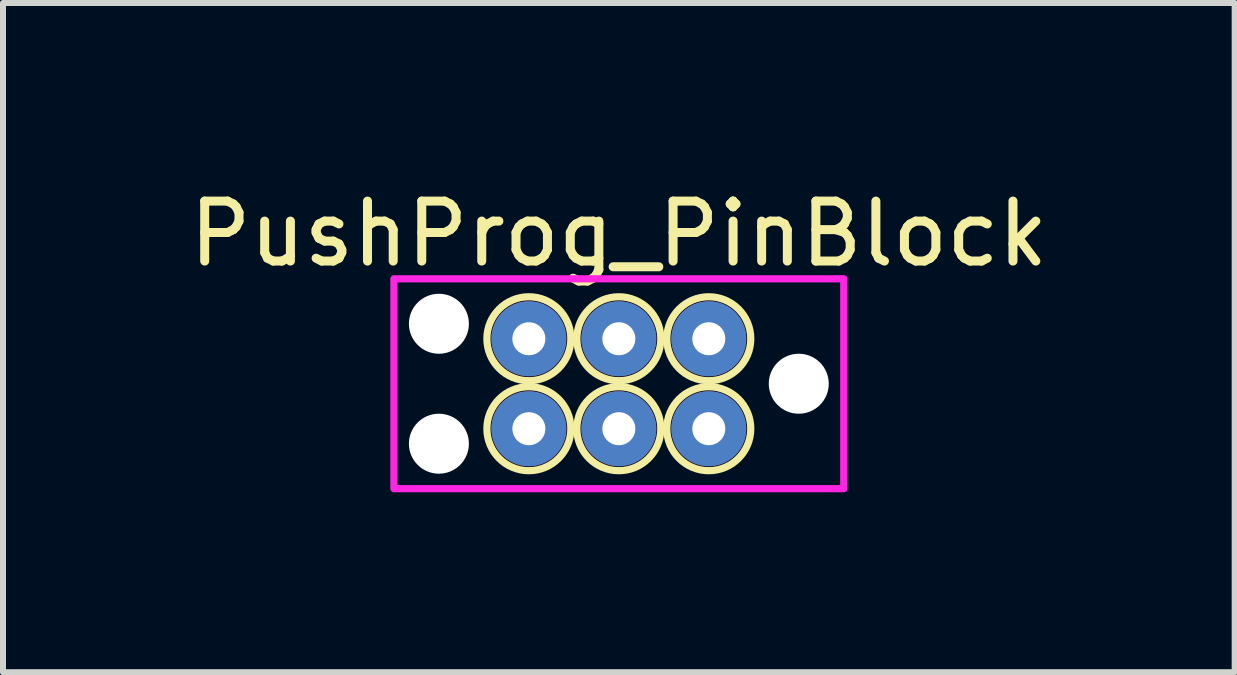
<source format=kicad_pcb>
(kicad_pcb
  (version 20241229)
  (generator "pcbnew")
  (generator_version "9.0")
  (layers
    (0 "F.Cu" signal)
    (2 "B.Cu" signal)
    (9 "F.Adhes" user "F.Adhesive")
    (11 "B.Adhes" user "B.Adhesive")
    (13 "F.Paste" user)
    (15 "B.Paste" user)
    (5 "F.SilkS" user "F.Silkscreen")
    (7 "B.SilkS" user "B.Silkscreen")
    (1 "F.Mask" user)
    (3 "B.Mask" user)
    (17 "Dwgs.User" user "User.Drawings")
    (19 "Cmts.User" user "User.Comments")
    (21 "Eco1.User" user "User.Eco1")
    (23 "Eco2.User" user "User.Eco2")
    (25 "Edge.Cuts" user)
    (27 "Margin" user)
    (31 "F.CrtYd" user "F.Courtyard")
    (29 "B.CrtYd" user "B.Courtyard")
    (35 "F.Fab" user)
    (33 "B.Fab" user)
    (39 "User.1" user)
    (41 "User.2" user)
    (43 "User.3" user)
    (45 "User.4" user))
  (footprint "PushProg_PinBlock"
    (layer "F.Cu")
    (at 7.268 3.348)
    (property "Reference" "PushProg_PinBlock" (at 0 -2.5 0) (unlocked yes) (layer "F.SilkS") (effects (font (size 1 1) (thickness 0.15))))
    (attr smd)
    (fp_circle (center -1.5 -0.75) (end -1.5 -0.05) (stroke (width 0.12) (type solid)) (fill no) (layer "F.SilkS"))
    (fp_circle (center -1.5 0.75) (end -1.5 1.45) (stroke (width 0.12) (type solid)) (fill no) (layer "F.SilkS"))
    (fp_circle (center 0 -0.75) (end 0 -0.05) (stroke (width 0.12) (type solid)) (fill no) (layer "F.SilkS"))
    (fp_circle (center 0 0.75) (end 0 1.45) (stroke (width 0.12) (type solid)) (fill no) (layer "F.SilkS"))
    (fp_circle (center 1.5 -0.75) (end 1.5 -0.05) (stroke (width 0.12) (type solid)) (fill no) (layer "F.SilkS"))
    (fp_circle (center 1.5 0.75) (end 1.5 1.45) (stroke (width 0.12) (type solid)) (fill no) (layer "F.SilkS"))
    (fp_rect (start -3.75 -1.75) (end 3.75 1.75) (stroke (width 0.12) (type solid)) (fill no) (layer "F.CrtYd"))
    (pad "" np_thru_hole circle (at -3 -1) (size 1 1) (drill 1.1) (layers "*.Cu" "*.Mask"))
    (pad "" np_thru_hole circle (at -3 1) (size 1 1) (drill 1.1) (layers "*.Cu" "*.Mask"))
    (pad "" np_thru_hole circle (at 3 0) (size 1 1) (drill 1.1) (layers "*.Cu" "*.Mask"))
    (pad "1" thru_hole circle (at 1.5 -0.75) (size 1.25 1.25) (drill 0.55) (layers "*.Cu" "*.Mask"))
    (pad "2" thru_hole circle (at 0 0.75) (size 1.25 1.25) (drill 0.55) (layers "*.Cu" "*.Mask"))
    (pad "3" thru_hole circle (at -1.5 -0.75) (size 1.25 1.25) (drill 0.55) (layers "*.Cu" "*.Mask"))
    (pad "4" thru_hole circle (at 1.5 0.75) (size 1.25 1.25) (drill 0.55) (layers "*.Cu" "*.Mask"))
    (pad "6" thru_hole circle (at -1.5 0.75) (size 1.25 1.25) (drill 0.55) (layers "*.Cu" "*.Mask"))
    (pad "10" thru_hole circle (at 0 -0.75) (size 1.25 1.25) (drill 0.55) (layers "*.Cu" "*.Mask")))
  (gr_rect
    (start -3 -3)
    (end 17.536 8.158)
    (stroke (width 0.1) (type default))
    (fill no)
    (layer "Edge.Cuts")))
</source>
